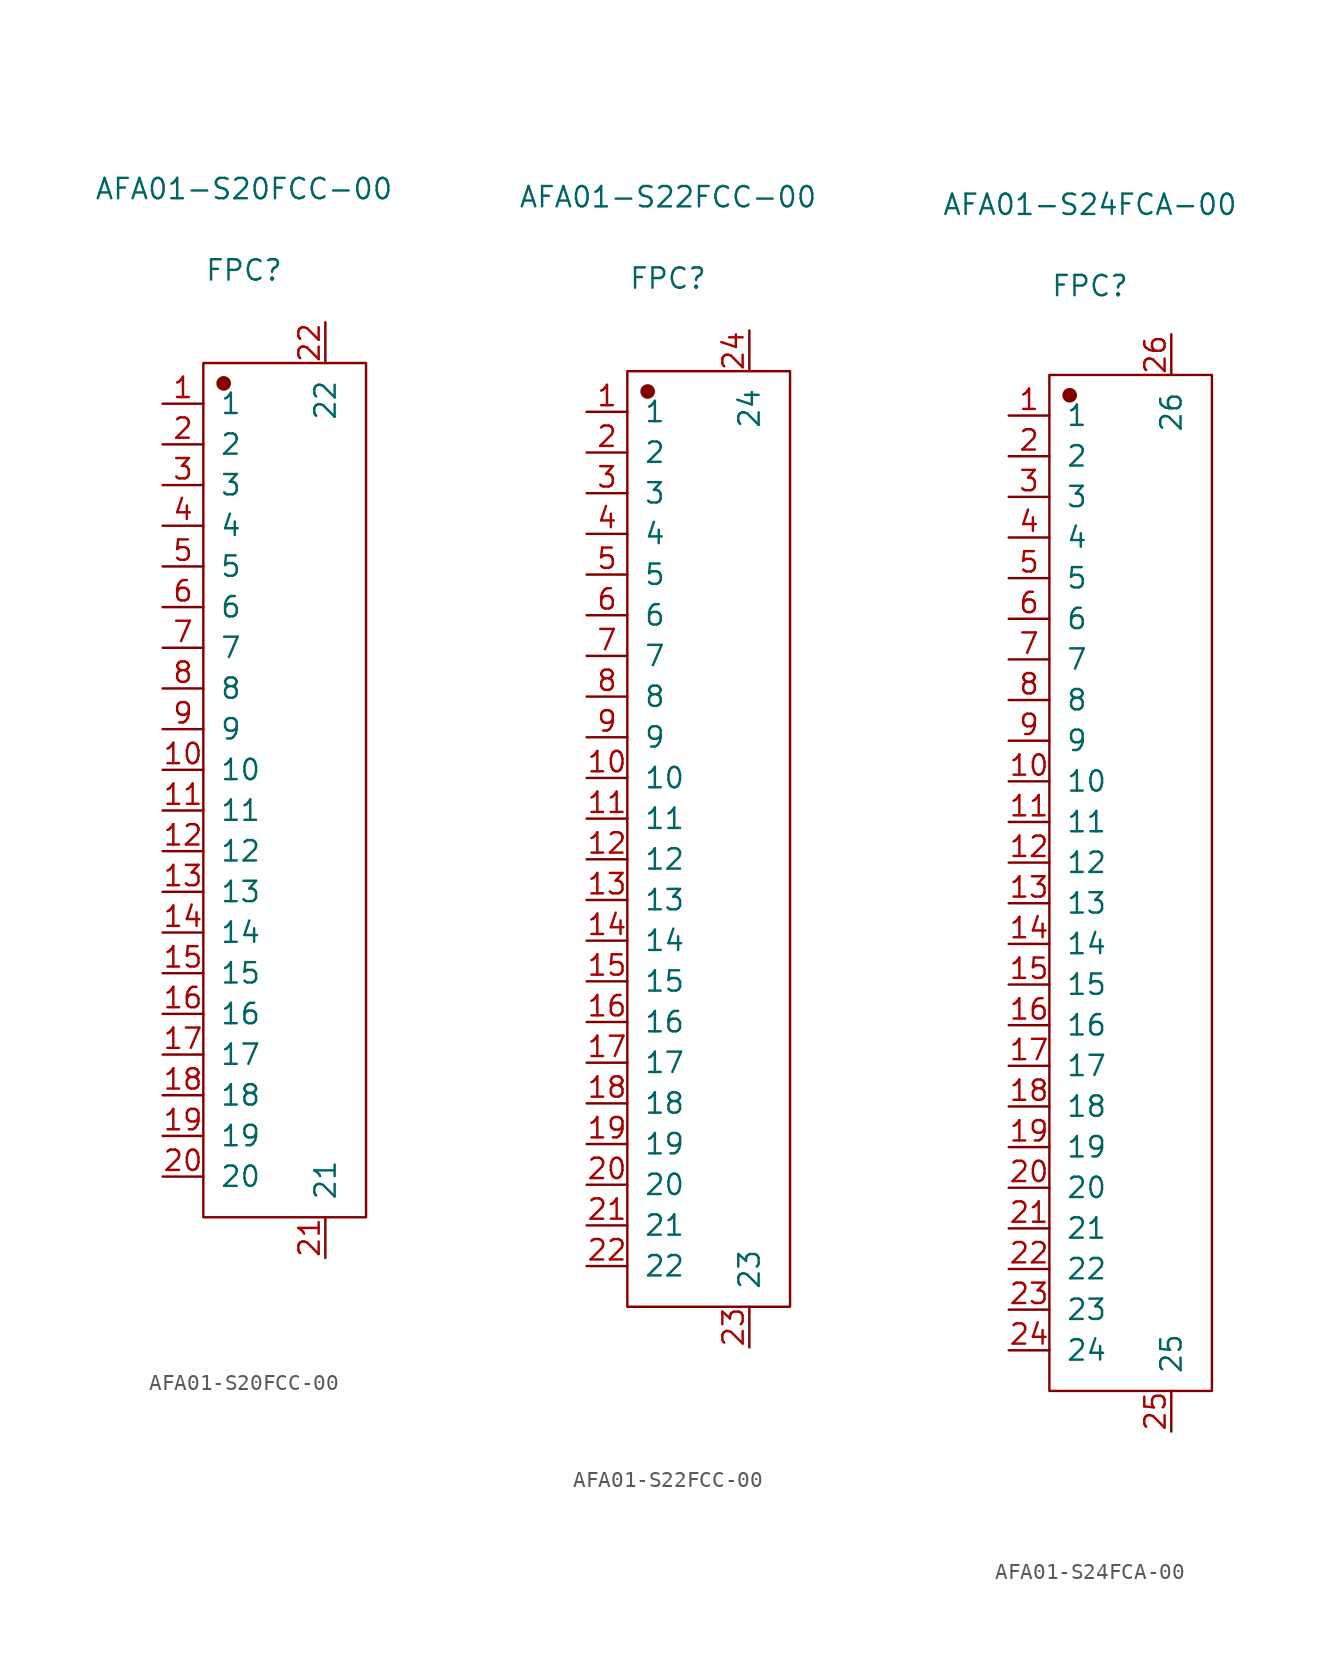
<source format=kicad_sym>
(kicad_symbol_lib
  (version 20220914)
  (generator kicad_symbol_editor)
  (symbol "AFA01-S20FCC-00"
    (pin_names
      (offset 1.016))
    (property "Reference" "FPC"
      (at 0 33.731 0)
      (effects (font (size 1.27 1.27))))
    (property "Value" "AFA01-S20FCC-00"
      (at 0 38.811 0)
      (effects (font (size 1.27 1.27))))
    (symbol "AFA01-S20FCC-00_1_1"
      (rectangle (start -2.54 27.94) (end 7.62 -25.4) (stroke (width 0.152) (type solid)) (fill (type none)))
      (circle (center -1.27 26.67) (radius 0.381) (stroke (width 0.152) (type solid)) (fill (type outline)))
      (pin passive line (at -5.08 25.4 0) (length 2.54) (name "1" (effects (font (size 1.27 1.27)))) (number "1" (effects (font (size 1.27 1.27)))))
      (pin passive line (at -5.08 2.54 0) (length 2.54) (name "10" (effects (font (size 1.27 1.27)))) (number "10" (effects (font (size 1.27 1.27)))))
      (pin passive line (at -5.08 0 0) (length 2.54) (name "11" (effects (font (size 1.27 1.27)))) (number "11" (effects (font (size 1.27 1.27)))))
      (pin passive line (at -5.08 -2.54 0) (length 2.54) (name "12" (effects (font (size 1.27 1.27)))) (number "12" (effects (font (size 1.27 1.27)))))
      (pin passive line (at -5.08 -5.08 0) (length 2.54) (name "13" (effects (font (size 1.27 1.27)))) (number "13" (effects (font (size 1.27 1.27)))))
      (pin passive line (at -5.08 -7.62 0) (length 2.54) (name "14" (effects (font (size 1.27 1.27)))) (number "14" (effects (font (size 1.27 1.27)))))
      (pin passive line (at -5.08 -10.16 0) (length 2.54) (name "15" (effects (font (size 1.27 1.27)))) (number "15" (effects (font (size 1.27 1.27)))))
      (pin passive line (at -5.08 -12.7 0) (length 2.54) (name "16" (effects (font (size 1.27 1.27)))) (number "16" (effects (font (size 1.27 1.27)))))
      (pin passive line (at -5.08 -15.24 0) (length 2.54) (name "17" (effects (font (size 1.27 1.27)))) (number "17" (effects (font (size 1.27 1.27)))))
      (pin passive line (at -5.08 -17.78 0) (length 2.54) (name "18" (effects (font (size 1.27 1.27)))) (number "18" (effects (font (size 1.27 1.27)))))
      (pin passive line (at -5.08 -20.32 0) (length 2.54) (name "19" (effects (font (size 1.27 1.27)))) (number "19" (effects (font (size 1.27 1.27)))))
      (pin passive line (at -5.08 22.86 0) (length 2.54) (name "2" (effects (font (size 1.27 1.27)))) (number "2" (effects (font (size 1.27 1.27)))))
      (pin passive line (at -5.08 -22.86 0) (length 2.54) (name "20" (effects (font (size 1.27 1.27)))) (number "20" (effects (font (size 1.27 1.27)))))
      (pin free line (at 5.08 -27.94 90) (length 2.54) (name "21" (effects (font (size 1.27 1.27)))) (number "21" (effects (font (size 1.27 1.27)))))
      (pin free line (at 5.08 30.48 270) (length 2.54) (name "22" (effects (font (size 1.27 1.27)))) (number "22" (effects (font (size 1.27 1.27)))))
      (pin passive line (at -5.08 20.32 0) (length 2.54) (name "3" (effects (font (size 1.27 1.27)))) (number "3" (effects (font (size 1.27 1.27)))))
      (pin passive line (at -5.08 17.78 0) (length 2.54) (name "4" (effects (font (size 1.27 1.27)))) (number "4" (effects (font (size 1.27 1.27)))))
      (pin passive line (at -5.08 15.24 0) (length 2.54) (name "5" (effects (font (size 1.27 1.27)))) (number "5" (effects (font (size 1.27 1.27)))))
      (pin passive line (at -5.08 12.7 0) (length 2.54) (name "6" (effects (font (size 1.27 1.27)))) (number "6" (effects (font (size 1.27 1.27)))))
      (pin passive line (at -5.08 10.16 0) (length 2.54) (name "7" (effects (font (size 1.27 1.27)))) (number "7" (effects (font (size 1.27 1.27)))))
      (pin passive line (at -5.08 7.62 0) (length 2.54) (name "8" (effects (font (size 1.27 1.27)))) (number "8" (effects (font (size 1.27 1.27)))))
      (pin passive line (at -5.08 5.08 0) (length 2.54) (name "9" (effects (font (size 1.27 1.27)))) (number "9" (effects (font (size 1.27 1.27)))))))
  (symbol "AFA01-S22FCC-00"
    (pin_names
      (offset 1.016))
    (property "Reference" "FPC"
      (at 0 36.271 0)
      (effects (font (size 1.27 1.27))))
    (property "Value" "AFA01-S22FCC-00"
      (at 0 41.351 0)
      (effects (font (size 1.27 1.27))))
    (symbol "AFA01-S22FCC-00_1_1"
      (rectangle (start -2.54 30.48) (end 7.62 -27.94) (stroke (width 0.152) (type solid)) (fill (type none)))
      (circle (center -1.27 29.21) (radius 0.381) (stroke (width 0.152) (type solid)) (fill (type outline)))
      (pin passive line (at -5.08 27.94 0) (length 2.54) (name "1" (effects (font (size 1.27 1.27)))) (number "1" (effects (font (size 1.27 1.27)))))
      (pin passive line (at -5.08 5.08 0) (length 2.54) (name "10" (effects (font (size 1.27 1.27)))) (number "10" (effects (font (size 1.27 1.27)))))
      (pin passive line (at -5.08 2.54 0) (length 2.54) (name "11" (effects (font (size 1.27 1.27)))) (number "11" (effects (font (size 1.27 1.27)))))
      (pin passive line (at -5.08 0 0) (length 2.54) (name "12" (effects (font (size 1.27 1.27)))) (number "12" (effects (font (size 1.27 1.27)))))
      (pin passive line (at -5.08 -2.54 0) (length 2.54) (name "13" (effects (font (size 1.27 1.27)))) (number "13" (effects (font (size 1.27 1.27)))))
      (pin passive line (at -5.08 -5.08 0) (length 2.54) (name "14" (effects (font (size 1.27 1.27)))) (number "14" (effects (font (size 1.27 1.27)))))
      (pin passive line (at -5.08 -7.62 0) (length 2.54) (name "15" (effects (font (size 1.27 1.27)))) (number "15" (effects (font (size 1.27 1.27)))))
      (pin passive line (at -5.08 -10.16 0) (length 2.54) (name "16" (effects (font (size 1.27 1.27)))) (number "16" (effects (font (size 1.27 1.27)))))
      (pin passive line (at -5.08 -12.7 0) (length 2.54) (name "17" (effects (font (size 1.27 1.27)))) (number "17" (effects (font (size 1.27 1.27)))))
      (pin passive line (at -5.08 -15.24 0) (length 2.54) (name "18" (effects (font (size 1.27 1.27)))) (number "18" (effects (font (size 1.27 1.27)))))
      (pin passive line (at -5.08 -17.78 0) (length 2.54) (name "19" (effects (font (size 1.27 1.27)))) (number "19" (effects (font (size 1.27 1.27)))))
      (pin passive line (at -5.08 25.4 0) (length 2.54) (name "2" (effects (font (size 1.27 1.27)))) (number "2" (effects (font (size 1.27 1.27)))))
      (pin passive line (at -5.08 -20.32 0) (length 2.54) (name "20" (effects (font (size 1.27 1.27)))) (number "20" (effects (font (size 1.27 1.27)))))
      (pin passive line (at -5.08 -22.86 0) (length 2.54) (name "21" (effects (font (size 1.27 1.27)))) (number "21" (effects (font (size 1.27 1.27)))))
      (pin passive line (at -5.08 -25.4 0) (length 2.54) (name "22" (effects (font (size 1.27 1.27)))) (number "22" (effects (font (size 1.27 1.27)))))
      (pin free line (at 5.08 -30.48 90) (length 2.54) (name "23" (effects (font (size 1.27 1.27)))) (number "23" (effects (font (size 1.27 1.27)))))
      (pin free line (at 5.08 33.02 270) (length 2.54) (name "24" (effects (font (size 1.27 1.27)))) (number "24" (effects (font (size 1.27 1.27)))))
      (pin passive line (at -5.08 22.86 0) (length 2.54) (name "3" (effects (font (size 1.27 1.27)))) (number "3" (effects (font (size 1.27 1.27)))))
      (pin passive line (at -5.08 20.32 0) (length 2.54) (name "4" (effects (font (size 1.27 1.27)))) (number "4" (effects (font (size 1.27 1.27)))))
      (pin passive line (at -5.08 17.78 0) (length 2.54) (name "5" (effects (font (size 1.27 1.27)))) (number "5" (effects (font (size 1.27 1.27)))))
      (pin passive line (at -5.08 15.24 0) (length 2.54) (name "6" (effects (font (size 1.27 1.27)))) (number "6" (effects (font (size 1.27 1.27)))))
      (pin passive line (at -5.08 12.7 0) (length 2.54) (name "7" (effects (font (size 1.27 1.27)))) (number "7" (effects (font (size 1.27 1.27)))))
      (pin passive line (at -5.08 10.16 0) (length 2.54) (name "8" (effects (font (size 1.27 1.27)))) (number "8" (effects (font (size 1.27 1.27)))))
      (pin passive line (at -5.08 7.62 0) (length 2.54) (name "9" (effects (font (size 1.27 1.27)))) (number "9" (effects (font (size 1.27 1.27)))))))
  (symbol "AFA01-S24FCA-00"
    (pin_names
      (offset 1.016))
    (property "Reference" "FPC"
      (at 0 38.583 0)
      (effects (font (size 1.27 1.27))))
    (property "Value" "AFA01-S24FCA-00"
      (at 0 43.663 0)
      (effects (font (size 1.27 1.27))))
    (symbol "AFA01-S24FCA-00_1_1"
      (rectangle (start -2.54 33.02) (end 7.62 -30.48) (stroke (width 0.152) (type solid)) (fill (type none)))
      (circle (center -1.27 31.75) (radius 0.381) (stroke (width 0.152) (type solid)) (fill (type outline)))
      (pin passive line (at -5.08 30.48 0) (length 2.54) (name "1" (effects (font (size 1.27 1.27)))) (number "1" (effects (font (size 1.27 1.27)))))
      (pin passive line (at -5.08 7.62 0) (length 2.54) (name "10" (effects (font (size 1.27 1.27)))) (number "10" (effects (font (size 1.27 1.27)))))
      (pin passive line (at -5.08 5.08 0) (length 2.54) (name "11" (effects (font (size 1.27 1.27)))) (number "11" (effects (font (size 1.27 1.27)))))
      (pin passive line (at -5.08 2.54 0) (length 2.54) (name "12" (effects (font (size 1.27 1.27)))) (number "12" (effects (font (size 1.27 1.27)))))
      (pin passive line (at -5.08 0 0) (length 2.54) (name "13" (effects (font (size 1.27 1.27)))) (number "13" (effects (font (size 1.27 1.27)))))
      (pin passive line (at -5.08 -2.54 0) (length 2.54) (name "14" (effects (font (size 1.27 1.27)))) (number "14" (effects (font (size 1.27 1.27)))))
      (pin passive line (at -5.08 -5.08 0) (length 2.54) (name "15" (effects (font (size 1.27 1.27)))) (number "15" (effects (font (size 1.27 1.27)))))
      (pin passive line (at -5.08 -7.62 0) (length 2.54) (name "16" (effects (font (size 1.27 1.27)))) (number "16" (effects (font (size 1.27 1.27)))))
      (pin passive line (at -5.08 -10.16 0) (length 2.54) (name "17" (effects (font (size 1.27 1.27)))) (number "17" (effects (font (size 1.27 1.27)))))
      (pin passive line (at -5.08 -12.7 0) (length 2.54) (name "18" (effects (font (size 1.27 1.27)))) (number "18" (effects (font (size 1.27 1.27)))))
      (pin passive line (at -5.08 -15.24 0) (length 2.54) (name "19" (effects (font (size 1.27 1.27)))) (number "19" (effects (font (size 1.27 1.27)))))
      (pin passive line (at -5.08 27.94 0) (length 2.54) (name "2" (effects (font (size 1.27 1.27)))) (number "2" (effects (font (size 1.27 1.27)))))
      (pin passive line (at -5.08 -17.78 0) (length 2.54) (name "20" (effects (font (size 1.27 1.27)))) (number "20" (effects (font (size 1.27 1.27)))))
      (pin passive line (at -5.08 -20.32 0) (length 2.54) (name "21" (effects (font (size 1.27 1.27)))) (number "21" (effects (font (size 1.27 1.27)))))
      (pin passive line (at -5.08 -22.86 0) (length 2.54) (name "22" (effects (font (size 1.27 1.27)))) (number "22" (effects (font (size 1.27 1.27)))))
      (pin passive line (at -5.08 -25.4 0) (length 2.54) (name "23" (effects (font (size 1.27 1.27)))) (number "23" (effects (font (size 1.27 1.27)))))
      (pin passive line (at -5.08 -27.94 0) (length 2.54) (name "24" (effects (font (size 1.27 1.27)))) (number "24" (effects (font (size 1.27 1.27)))))
      (pin free line (at 5.08 -33.02 90) (length 2.54) (name "25" (effects (font (size 1.27 1.27)))) (number "25" (effects (font (size 1.27 1.27)))))
      (pin free line (at 5.08 35.56 270) (length 2.54) (name "26" (effects (font (size 1.27 1.27)))) (number "26" (effects (font (size 1.27 1.27)))))
      (pin passive line (at -5.08 25.4 0) (length 2.54) (name "3" (effects (font (size 1.27 1.27)))) (number "3" (effects (font (size 1.27 1.27)))))
      (pin passive line (at -5.08 22.86 0) (length 2.54) (name "4" (effects (font (size 1.27 1.27)))) (number "4" (effects (font (size 1.27 1.27)))))
      (pin passive line (at -5.08 20.32 0) (length 2.54) (name "5" (effects (font (size 1.27 1.27)))) (number "5" (effects (font (size 1.27 1.27)))))
      (pin passive line (at -5.08 17.78 0) (length 2.54) (name "6" (effects (font (size 1.27 1.27)))) (number "6" (effects (font (size 1.27 1.27)))))
      (pin passive line (at -5.08 15.24 0) (length 2.54) (name "7" (effects (font (size 1.27 1.27)))) (number "7" (effects (font (size 1.27 1.27)))))
      (pin passive line (at -5.08 12.7 0) (length 2.54) (name "8" (effects (font (size 1.27 1.27)))) (number "8" (effects (font (size 1.27 1.27)))))
      (pin passive line (at -5.08 10.16 0) (length 2.54) (name "9" (effects (font (size 1.27 1.27)))) (number "9" (effects (font (size 1.27 1.27))))))))
</source>
